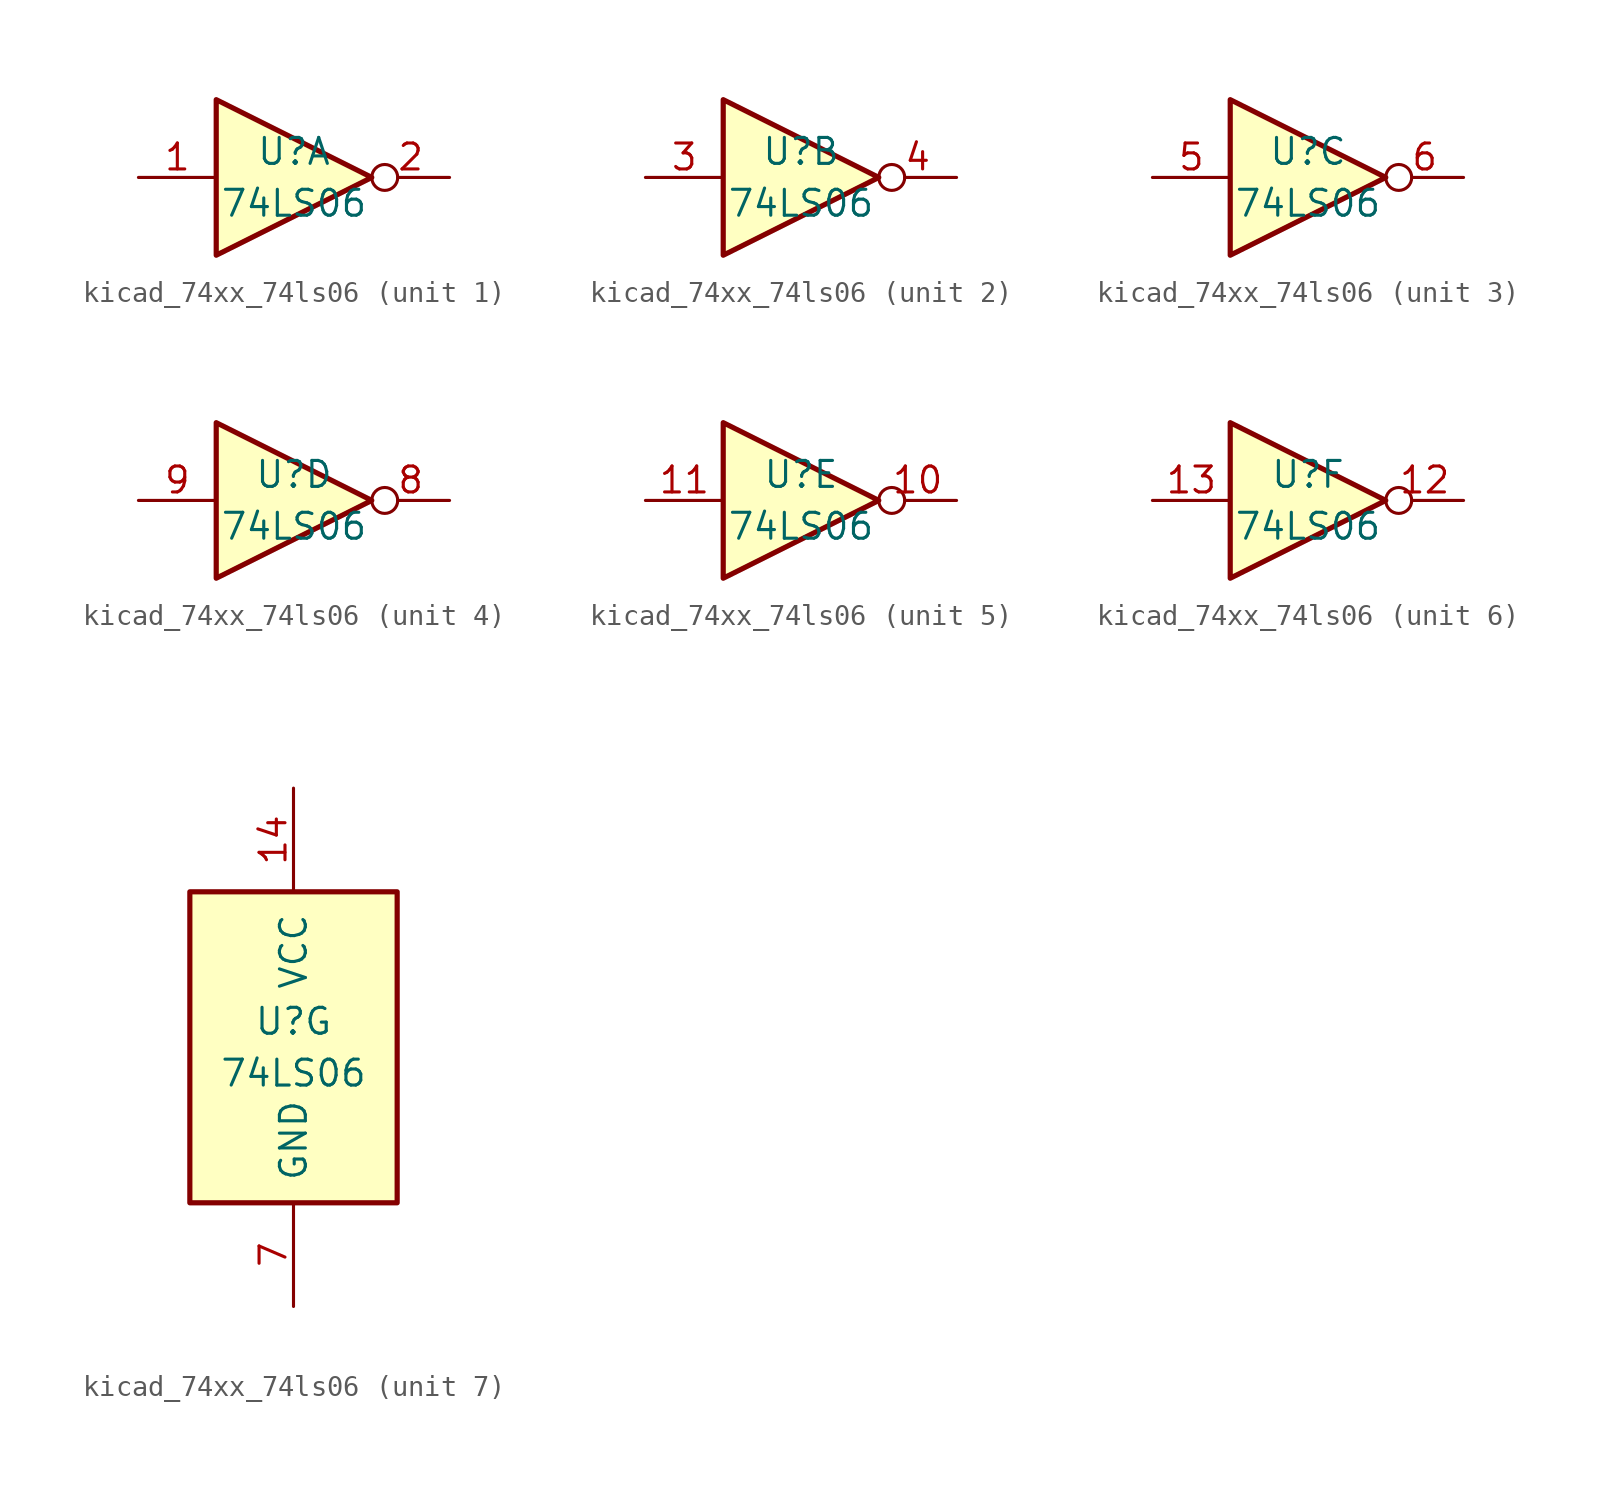
<source format=kicad_sym>
(kicad_symbol_lib
  (version 20220914)
  (generator kicad_symbol_editor)
  (symbol "kicad_74xx_74ls06"
    (pin_names
      (offset 1.016))
    (property "Reference" "U"
      (at 0 1.27 0)
      (effects (font (size 1.27 1.27))))
    (property "Value" "74LS06"
      (at 0 -1.27 0)
      (effects (font (size 1.27 1.27))))
    (property "ki_locked" ""
      (at 0 0 0)
      (effects (font (size 1.27 1.27))))
    (symbol "kicad_74xx_74ls06_1_0"
      (polyline (pts (xy -3.81 3.81) (xy -3.81 -3.81) (xy 3.81 0) (xy -3.81 3.81)) (stroke (width 0.254) (type default)) (fill (type background)))
      (pin input line (at -7.62 0 0) (length 3.81) (name "~" (effects (font (size 1.27 1.27)))) (number "1" (effects (font (size 1.27 1.27)))))
      (pin open_collector inverted (at 7.62 0 180) (length 3.81) (name "~" (effects (font (size 1.27 1.27)))) (number "2" (effects (font (size 1.27 1.27))))))
    (symbol "kicad_74xx_74ls06_2_0"
      (polyline (pts (xy -3.81 3.81) (xy -3.81 -3.81) (xy 3.81 0) (xy -3.81 3.81)) (stroke (width 0.254) (type default)) (fill (type background)))
      (pin input line (at -7.62 0 0) (length 3.81) (name "~" (effects (font (size 1.27 1.27)))) (number "3" (effects (font (size 1.27 1.27)))))
      (pin open_collector inverted (at 7.62 0 180) (length 3.81) (name "~" (effects (font (size 1.27 1.27)))) (number "4" (effects (font (size 1.27 1.27))))))
    (symbol "kicad_74xx_74ls06_3_0"
      (polyline (pts (xy -3.81 3.81) (xy -3.81 -3.81) (xy 3.81 0) (xy -3.81 3.81)) (stroke (width 0.254) (type default)) (fill (type background)))
      (pin input line (at -7.62 0 0) (length 3.81) (name "~" (effects (font (size 1.27 1.27)))) (number "5" (effects (font (size 1.27 1.27)))))
      (pin open_collector inverted (at 7.62 0 180) (length 3.81) (name "~" (effects (font (size 1.27 1.27)))) (number "6" (effects (font (size 1.27 1.27))))))
    (symbol "kicad_74xx_74ls06_4_0"
      (polyline (pts (xy -3.81 3.81) (xy -3.81 -3.81) (xy 3.81 0) (xy -3.81 3.81)) (stroke (width 0.254) (type default)) (fill (type background)))
      (pin open_collector inverted (at 7.62 0 180) (length 3.81) (name "~" (effects (font (size 1.27 1.27)))) (number "8" (effects (font (size 1.27 1.27)))))
      (pin input line (at -7.62 0 0) (length 3.81) (name "~" (effects (font (size 1.27 1.27)))) (number "9" (effects (font (size 1.27 1.27))))))
    (symbol "kicad_74xx_74ls06_5_0"
      (polyline (pts (xy -3.81 3.81) (xy -3.81 -3.81) (xy 3.81 0) (xy -3.81 3.81)) (stroke (width 0.254) (type default)) (fill (type background)))
      (pin open_collector inverted (at 7.62 0 180) (length 3.81) (name "~" (effects (font (size 1.27 1.27)))) (number "10" (effects (font (size 1.27 1.27)))))
      (pin input line (at -7.62 0 0) (length 3.81) (name "~" (effects (font (size 1.27 1.27)))) (number "11" (effects (font (size 1.27 1.27))))))
    (symbol "kicad_74xx_74ls06_6_0"
      (polyline (pts (xy -3.81 3.81) (xy -3.81 -3.81) (xy 3.81 0) (xy -3.81 3.81)) (stroke (width 0.254) (type default)) (fill (type background)))
      (pin open_collector inverted (at 7.62 0 180) (length 3.81) (name "~" (effects (font (size 1.27 1.27)))) (number "12" (effects (font (size 1.27 1.27)))))
      (pin input line (at -7.62 0 0) (length 3.81) (name "~" (effects (font (size 1.27 1.27)))) (number "13" (effects (font (size 1.27 1.27))))))
    (symbol "kicad_74xx_74ls06_7_0"
      (pin power_in line (at 0 12.7 270) (length 5.08) (name "VCC" (effects (font (size 1.27 1.27)))) (number "14" (effects (font (size 1.27 1.27)))))
      (pin power_in line (at 0 -12.7 90) (length 5.08) (name "GND" (effects (font (size 1.27 1.27)))) (number "7" (effects (font (size 1.27 1.27))))))
    (symbol "kicad_74xx_74ls06_7_1"
      (rectangle (start -5.08 7.62) (end 5.08 -7.62) (stroke (width 0.254) (type default)) (fill (type background))))))
</source>
